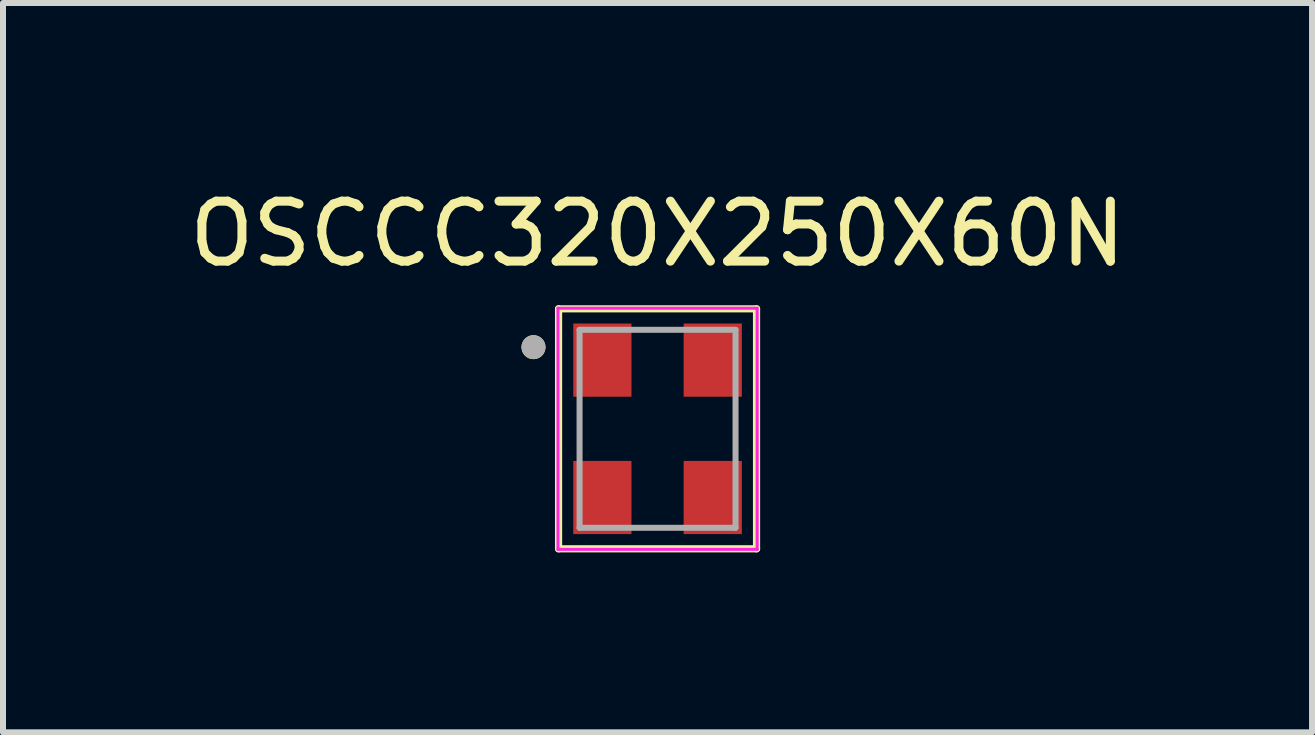
<source format=kicad_pcb>
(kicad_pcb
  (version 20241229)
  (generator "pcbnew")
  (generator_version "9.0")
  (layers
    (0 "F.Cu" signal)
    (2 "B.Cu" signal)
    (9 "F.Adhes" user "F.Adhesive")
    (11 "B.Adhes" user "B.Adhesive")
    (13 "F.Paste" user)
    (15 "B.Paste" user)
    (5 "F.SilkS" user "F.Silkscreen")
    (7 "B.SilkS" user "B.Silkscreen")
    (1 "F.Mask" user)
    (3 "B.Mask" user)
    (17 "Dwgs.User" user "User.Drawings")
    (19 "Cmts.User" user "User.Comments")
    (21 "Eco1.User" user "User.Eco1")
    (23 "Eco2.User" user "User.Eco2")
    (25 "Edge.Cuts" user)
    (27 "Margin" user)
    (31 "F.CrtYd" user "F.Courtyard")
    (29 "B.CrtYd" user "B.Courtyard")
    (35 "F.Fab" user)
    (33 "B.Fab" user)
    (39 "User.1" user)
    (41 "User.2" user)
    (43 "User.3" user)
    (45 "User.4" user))
  (footprint "OSCCC320X250X60N"
    (layer "F.Cu")
    (at 7.911 4.098)
    (property "Reference" "OSCCC320X250X60N" (at 0 -3.25 0) (layer "F.SilkS") (effects (font (size 1 1) (thickness 0.15))))
    (attr through_hole)
    (fp_line (start -1.65 -2) (end 1.65 -2) (stroke (width 0.12) (type solid)) (layer "F.SilkS"))
    (fp_line (start -1.65 2) (end -1.65 -2) (stroke (width 0.12) (type solid)) (layer "F.SilkS"))
    (fp_line (start 1.65 -2) (end 1.65 2) (stroke (width 0.12) (type solid)) (layer "F.SilkS"))
    (fp_line (start 1.65 2) (end -1.65 2) (stroke (width 0.12) (type solid)) (layer "F.SilkS"))
    (fp_circle (center -2.068 -1.361) (end -1.968 -1.361) (stroke (width 0.2) (type solid)) (fill no) (layer "F.SilkS"))
    (fp_line (start -1.66 -2.01) (end 1.66 -2.01) (stroke (width 0.05) (type solid)) (layer "F.CrtYd"))
    (fp_line (start -1.66 2.01) (end -1.66 -2.01) (stroke (width 0.05) (type solid)) (layer "F.CrtYd"))
    (fp_line (start 1.66 -2.01) (end 1.66 2.01) (stroke (width 0.05) (type solid)) (layer "F.CrtYd"))
    (fp_line (start 1.66 2.01) (end -1.66 2.01) (stroke (width 0.05) (type solid)) (layer "F.CrtYd"))
    (fp_line (start -1.3 -1.65) (end 1.3 -1.65) (stroke (width 0.1) (type solid)) (layer "F.Fab"))
    (fp_line (start -1.3 1.65) (end -1.3 -1.65) (stroke (width 0.1) (type solid)) (layer "F.Fab"))
    (fp_line (start 1.3 -1.65) (end 1.3 1.65) (stroke (width 0.1) (type solid)) (layer "F.Fab"))
    (fp_line (start 1.3 1.65) (end -1.3 1.65) (stroke (width 0.1) (type solid)) (layer "F.Fab"))
    (fp_circle (center -2.068 -1.361) (end -1.968 -1.361) (stroke (width 0.2) (type solid)) (fill no) (layer "F.Fab"))
    (pad "1" smd rect (at -0.92 -1.145) (size 0.97 1.22) (layers "F.Cu" "F.Mask" "F.Paste"))
    (pad "2" smd rect (at -0.92 1.145) (size 0.97 1.22) (layers "F.Cu" "F.Mask" "F.Paste"))
    (pad "3" smd rect (at 0.92 1.145) (size 0.97 1.22) (layers "F.Cu" "F.Mask" "F.Paste"))
    (pad "4" smd rect (at 0.92 -1.145) (size 0.97 1.22) (layers "F.Cu" "F.Mask" "F.Paste")))
  (gr_rect
    (start -3 -3)
    (end 18.821 9.158)
    (stroke (width 0.1) (type default))
    (fill no)
    (layer "Edge.Cuts")))
</source>
